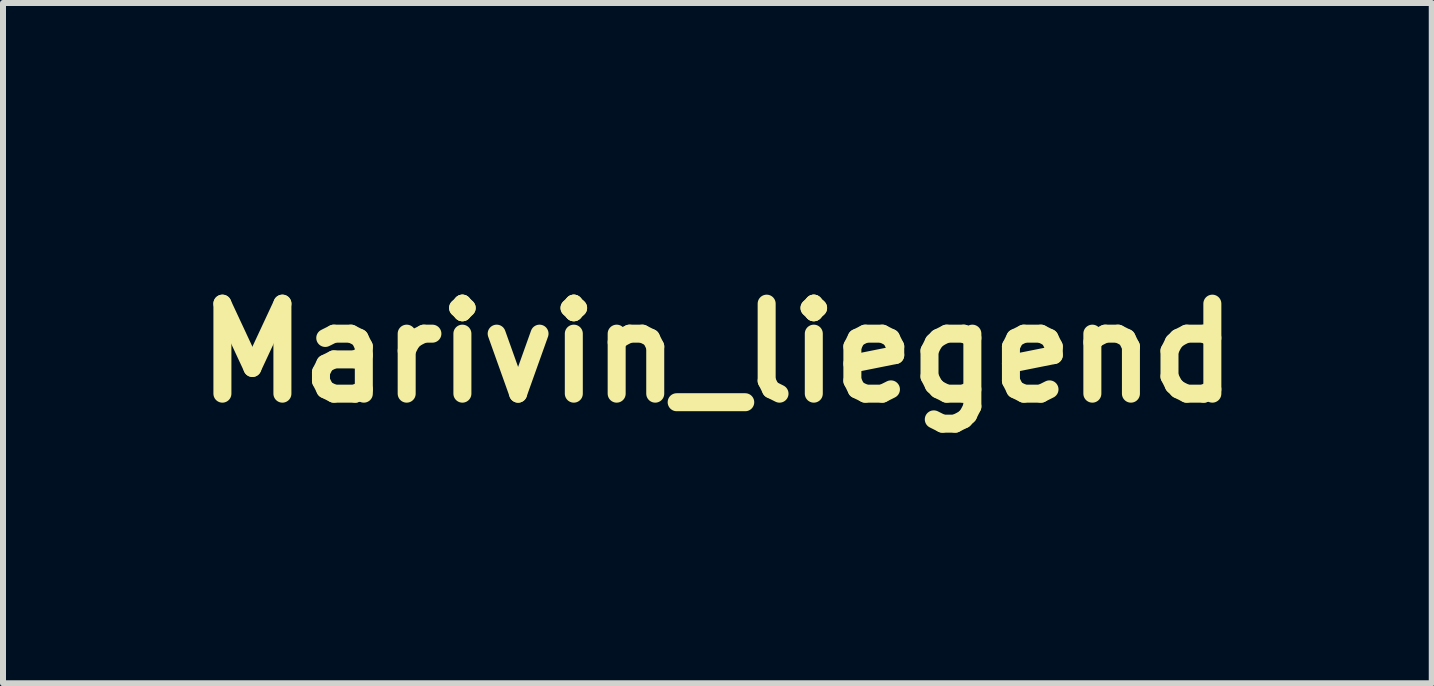
<source format=kicad_pcb>
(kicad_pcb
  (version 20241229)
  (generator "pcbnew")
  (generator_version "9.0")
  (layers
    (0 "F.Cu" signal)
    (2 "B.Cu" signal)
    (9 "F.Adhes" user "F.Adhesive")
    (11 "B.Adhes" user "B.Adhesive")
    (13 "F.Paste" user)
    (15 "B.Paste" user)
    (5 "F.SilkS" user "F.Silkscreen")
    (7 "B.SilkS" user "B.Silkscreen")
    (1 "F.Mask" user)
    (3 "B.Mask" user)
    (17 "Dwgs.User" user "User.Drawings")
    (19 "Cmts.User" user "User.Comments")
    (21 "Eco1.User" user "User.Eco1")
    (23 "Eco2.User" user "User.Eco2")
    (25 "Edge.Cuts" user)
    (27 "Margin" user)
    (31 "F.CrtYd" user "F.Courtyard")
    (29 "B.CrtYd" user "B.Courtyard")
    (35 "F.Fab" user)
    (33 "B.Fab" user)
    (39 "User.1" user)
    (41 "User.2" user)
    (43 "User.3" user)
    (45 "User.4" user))
  (footprint "Marivin_liegend"
    (layer "F.Cu")
    (at 8.907 2.833)
    (property "Reference" "Marivin_liegend" (at 0 0 0) (layer "F.SilkS") (effects (font (size 1.5 1.5) (thickness 0.3))))
    (attr board_only exclude_from_pos_files exclude_from_bom)
    (fp_poly (pts (xy 1.384 0.478) (xy 1.449 0.494) (xy 1.5 0.509) (xy 1.579 0.529) (xy 1.677 0.553) (xy 1.783 0.579) (xy 1.833 0.591) (xy 2.009 0.632) (xy 2.15 0.668) (xy 2.258 0.698) (xy 2.335 0.723) (xy 2.383 0.744) (xy 2.403 0.762) (xy 2.403 0.766) (xy 2.397 0.788) (xy 2.374 0.795) (xy 2.327 0.789) (xy 2.273 0.775) (xy 2.224 0.762) (xy 2.147 0.743) (xy 2.049 0.72) (xy 1.938 0.695) (xy 1.833 0.671) (xy 1.672 0.633) (xy 1.534 0.598) (xy 1.421 0.565) (xy 1.336 0.536) (xy 1.283 0.512) (xy 1.263 0.494) (xy 1.263 0.493) (xy 1.279 0.476) (xy 1.322 0.471)) (stroke (width 0) (type solid)) (fill yes) (layer "In1.Cu"))
    (fp_poly (pts (xy 1.648 -0.25) (xy 1.722 -0.214) (xy 1.812 -0.162) (xy 1.913 -0.098) (xy 2.022 -0.023) (xy 2.135 0.059) (xy 2.248 0.145) (xy 2.356 0.233) (xy 2.455 0.319) (xy 2.541 0.401) (xy 2.563 0.424) (xy 2.63 0.497) (xy 2.706 0.585) (xy 2.786 0.683) (xy 2.867 0.787) (xy 2.945 0.891) (xy 3.018 0.99) (xy 3.082 1.081) (xy 3.132 1.157) (xy 3.166 1.215) (xy 3.18 1.25) (xy 3.18 1.252) (xy 3.164 1.269) (xy 3.146 1.272) (xy 3.12 1.256) (xy 3.077 1.21) (xy 3.02 1.136) (xy 2.973 1.072) (xy 2.79 0.82) (xy 2.614 0.602) (xy 2.443 0.415) (xy 2.273 0.255) (xy 2.216 0.208) (xy 2.162 0.166) (xy 2.09 0.114) (xy 2.008 0.057) (xy 1.92 -0.002) (xy 1.832 -0.059) (xy 1.752 -0.11) (xy 1.684 -0.151) (xy 1.635 -0.178) (xy 1.612 -0.187) (xy 1.583 -0.201) (xy 1.563 -0.23) (xy 1.562 -0.259) (xy 1.566 -0.264) (xy 1.595 -0.268)) (stroke (width 0) (type solid)) (fill yes) (layer "In1.Cu"))
    (fp_poly (pts (xy 2.377 -2.828) (xy 2.603 -2.8) (xy 2.841 -2.747) (xy 3.011 -2.699) (xy 3.169 -2.647) (xy 3.304 -2.593) (xy 3.427 -2.532) (xy 3.546 -2.458) (xy 3.674 -2.365) (xy 3.77 -2.29) (xy 3.93 -2.143) (xy 4.084 -1.964) (xy 4.227 -1.761) (xy 4.355 -1.54) (xy 4.373 -1.505) (xy 4.412 -1.416) (xy 4.454 -1.301) (xy 4.496 -1.17) (xy 4.535 -1.033) (xy 4.569 -0.901) (xy 4.591 -0.79) (xy 4.617 -0.555) (xy 4.615 -0.308) (xy 4.587 -0.059) (xy 4.534 0.178) (xy 4.517 0.234) (xy 4.439 0.438) (xy 4.334 0.649) (xy 4.21 0.858) (xy 4.073 1.054) (xy 3.928 1.228) (xy 3.855 1.303) (xy 3.819 1.34) (xy 3.8 1.366) (xy 3.799 1.371) (xy 3.876 1.418) (xy 3.943 1.439) (xy 3.956 1.44) (xy 4.005 1.454) (xy 4.048 1.487) (xy 4.089 1.519) (xy 4.128 1.534) (xy 4.13 1.534) (xy 4.176 1.55) (xy 4.213 1.594) (xy 4.237 1.655) (xy 4.248 1.724) (xy 4.241 1.79) (xy 4.215 1.844) (xy 4.207 1.853) (xy 4.165 1.88) (xy 4.128 1.887) (xy 4.08 1.892) (xy 4.034 1.905) (xy 3.979 1.92) (xy 3.915 1.926) (xy 3.908 1.927) (xy 3.862 1.93) (xy 3.836 1.939) (xy 3.834 1.943) (xy 3.818 1.964) (xy 3.776 1.983) (xy 3.721 1.996) (xy 3.666 2) (xy 3.665 2) (xy 3.604 2.003) (xy 3.551 2.016) (xy 3.512 2.027) (xy 3.491 2.025) (xy 3.468 2.021) (xy 3.417 2.018) (xy 3.349 2.017) (xy 3.323 2.017) (xy 3.23 2.016) (xy 3.166 2.004) (xy 3.127 1.977) (xy 3.103 1.932) (xy 3.091 1.871) (xy 3.082 1.822) (xy 3.068 1.804) (xy 3.051 1.806) (xy 2.966 1.837) (xy 2.857 1.869) (xy 2.737 1.899) (xy 2.643 1.919) (xy 2.486 1.938) (xy 2.311 1.94) (xy 2.113 1.924) (xy 1.887 1.891) (xy 1.874 1.888) (xy 1.769 1.87) (xy 1.696 1.861) (xy 1.649 1.86) (xy 1.625 1.866) (xy 1.622 1.868) (xy 1.611 1.894) (xy 1.624 1.912) (xy 1.643 1.953) (xy 1.634 2.001) (xy 1.604 2.047) (xy 1.557 2.081) (xy 1.499 2.095) (xy 1.497 2.095) (xy 1.456 2.1) (xy 1.441 2.121) (xy 1.44 2.133) (xy 1.433 2.19) (xy 1.406 2.224) (xy 1.354 2.241) (xy 1.289 2.244) (xy 1.226 2.246) (xy 1.19 2.252) (xy 1.169 2.269) (xy 1.153 2.301) (xy 1.15 2.308) (xy 1.131 2.346) (xy 1.108 2.371) (xy 1.072 2.385) (xy 1.015 2.392) (xy 0.931 2.394) (xy 0.91 2.394) (xy 0.826 2.396) (xy 0.764 2.405) (xy 0.708 2.422) (xy 0.647 2.45) (xy 0.593 2.476) (xy 0.548 2.493) (xy 0.498 2.501) (xy 0.434 2.504) (xy 0.348 2.504) (xy 0.255 2.502) (xy 0.165 2.496) (xy 0.091 2.49) (xy 0.065 2.486) (xy -0.015 2.469) (xy -0.121 2.441) (xy -0.244 2.405) (xy -0.375 2.365) (xy -0.505 2.322) (xy -0.626 2.279) (xy -0.729 2.24) (xy -0.805 2.207) (xy -0.812 2.204) (xy -0.993 2.1) (xy -1.151 1.983) (xy -1.281 1.857) (xy -1.379 1.725) (xy -1.404 1.68) (xy -1.431 1.633) (xy -1.437 1.626) (xy -1.348 1.626) (xy -1.317 1.686) (xy -1.291 1.725) (xy -1.245 1.78) (xy -1.187 1.844) (xy -1.153 1.878) (xy -1.029 1.987) (xy -0.888 2.081) (xy -0.724 2.165) (xy -0.534 2.239) (xy -0.311 2.308) (xy -0.298 2.311) (xy -0.13 2.353) (xy 0.033 2.386) (xy 0.185 2.41) (xy 0.319 2.425) (xy 0.433 2.429) (xy 0.518 2.422) (xy 0.553 2.412) (xy 0.603 2.393) (xy 0.552 2.346) (xy 0.524 2.317) (xy 0.51 2.289) (xy 0.507 2.25) (xy 0.513 2.187) (xy 0.513 2.182) (xy 0.534 2.071) (xy 0.571 1.941) (xy 0.621 1.803) (xy 0.678 1.67) (xy 0.739 1.551) (xy 0.785 1.479) (xy 0.812 1.426) (xy 0.81 1.378) (xy 0.777 1.326) (xy 0.749 1.297) (xy 0.676 1.235) (xy 0.588 1.18) (xy 0.482 1.131) (xy 0.355 1.086) (xy 0.201 1.044) (xy 0.018 1.004) (xy -0.198 0.964) (xy -0.215 0.961) (xy -0.413 0.942) (xy -0.601 0.956) (xy -0.763 0.994) (xy -0.844 1.023) (xy -0.918 1.057) (xy -0.979 1.092) (xy -1.018 1.123) (xy -1.029 1.142) (xy -1.039 1.185) (xy -1.067 1.249) (xy -1.107 1.324) (xy -1.154 1.402) (xy -1.203 1.473) (xy -1.247 1.528) (xy -1.257 1.537) (xy -1.348 1.626) (xy -1.437 1.626) (xy -1.455 1.602) (xy -1.46 1.598) (xy -1.486 1.601) (xy -1.529 1.623) (xy -1.563 1.645) (xy -1.698 1.726) (xy -1.866 1.801) (xy -2.061 1.866) (xy -2.071 1.869) (xy -2.188 1.902) (xy -2.276 1.924) (xy -2.341 1.936) (xy -2.389 1.938) (xy -2.427 1.931) (xy -2.461 1.916) (xy -2.488 1.898) (xy -2.56 1.848) (xy -2.66 1.882) (xy -2.769 1.907) (xy -2.891 1.915) (xy -3.01 1.907) (xy -3.11 1.882) (xy -3.19 1.861) (xy -3.253 1.869) (xy -3.305 1.908) (xy -3.333 1.945) (xy -3.4 2.013) (xy -3.492 2.062) (xy -3.603 2.088) (xy -3.725 2.092) (xy -3.852 2.07) (xy -3.864 2.067) (xy -3.973 2.036) (xy -4.011 2.089) (xy -4.1 2.19) (xy -4.199 2.267) (xy -4.304 2.317) (xy -4.406 2.335) (xy -4.435 2.334) (xy -4.509 2.318) (xy -4.569 2.282) (xy -4.619 2.224) (xy -4.66 2.139) (xy -4.697 2.021) (xy -4.713 1.959) (xy -4.731 1.866) (xy -4.749 1.745) (xy -4.767 1.606) (xy -4.782 1.458) (xy -4.789 1.375) (xy -4.709 1.375) (xy -4.708 1.427) (xy -4.702 1.501) (xy -4.694 1.589) (xy -4.683 1.683) (xy -4.671 1.776) (xy -4.659 1.86) (xy -4.646 1.927) (xy -4.645 1.933) (xy -4.616 2.043) (xy -4.582 2.135) (xy -4.548 2.203) (xy -4.514 2.242) (xy -4.512 2.243) (xy -4.457 2.259) (xy -4.387 2.261) (xy -4.319 2.249) (xy -4.283 2.232) (xy -4.181 2.15) (xy -4.104 2.057) (xy -4.073 2.001) (xy -4.053 1.951) (xy -4.051 1.946) (xy -3.947 1.946) (xy -3.942 1.964) (xy -3.942 1.964) (xy -3.923 1.97) (xy -3.882 1.985) (xy -3.862 1.991) (xy -3.781 2.011) (xy -3.686 2.018) (xy -3.594 2.013) (xy -3.52 1.997) (xy -3.511 1.993) (xy -3.451 1.965) (xy -3.42 1.941) (xy -3.415 1.91) (xy -3.433 1.863) (xy -3.452 1.823) (xy -3.494 1.712) (xy -3.511 1.616) (xy -3.163 1.616) (xy -3.151 1.692) (xy -3.134 1.759) (xy -3.108 1.8) (xy -3.062 1.826) (xy -3.042 1.833) (xy -2.983 1.842) (xy -2.904 1.844) (xy -2.817 1.84) (xy -2.739 1.829) (xy -2.69 1.817) (xy -2.64 1.797) (xy -2.723 1.671) (xy -2.761 1.61) (xy -2.791 1.559) (xy -2.805 1.529) (xy -2.806 1.525) (xy -2.815 1.493) (xy -2.823 1.479) (xy -2.839 1.467) (xy -2.864 1.476) (xy -2.905 1.51) (xy -2.965 1.55) (xy -3.039 1.583) (xy -3.067 1.591) (xy -3.163 1.616) (xy -3.511 1.616) (xy -3.513 1.607) (xy -3.52 1.544) (xy -3.532 1.507) (xy -3.553 1.486) (xy -3.566 1.48) (xy -3.605 1.465) (xy -3.638 1.463) (xy -3.675 1.477) (xy -3.725 1.511) (xy -3.77 1.545) (xy -3.829 1.592) (xy -3.865 1.631) (xy -3.889 1.673) (xy -3.907 1.733) (xy -3.913 1.755) (xy -3.932 1.834) (xy -3.943 1.9) (xy -3.947 1.946) (xy -4.051 1.946) (xy -4.029 1.886) (xy -4.004 1.816) (xy -3.983 1.751) (xy -3.969 1.703) (xy -3.965 1.683) (xy -3.982 1.678) (xy -4.027 1.674) (xy -4.087 1.672) (xy -4.134 1.671) (xy -4.172 1.667) (xy -4.208 1.657) (xy -4.25 1.637) (xy -4.303 1.606) (xy -4.375 1.559) (xy -4.453 1.506) (xy -4.536 1.451) (xy -4.609 1.405) (xy -4.665 1.371) (xy -4.699 1.354) (xy -4.706 1.352) (xy -4.709 1.375) (xy -4.789 1.375) (xy -4.795 1.312) (xy -4.803 1.178) (xy -4.807 1.064) (xy -4.807 1.049) (xy -4.807 1.043) (xy -4.676 1.043) (xy -4.663 1.064) (xy -4.633 1.097) (xy -4.627 1.102) (xy -4.595 1.145) (xy -4.588 1.195) (xy -4.606 1.262) (xy -4.61 1.273) (xy -4.6 1.295) (xy -4.564 1.331) (xy -4.509 1.376) (xy -4.44 1.426) (xy -4.366 1.476) (xy -4.291 1.522) (xy -4.224 1.558) (xy -4.17 1.58) (xy -4.094 1.6) (xy -4.037 1.604) (xy -3.983 1.592) (xy -3.937 1.572) (xy -3.879 1.537) (xy -3.814 1.49) (xy -3.781 1.462) (xy -3.7 1.389) (xy -3.768 1.347) (xy -3.821 1.321) (xy -3.867 1.307) (xy -3.877 1.306) (xy -3.912 1.307) (xy -3.975 1.31) (xy -4.056 1.314) (xy -4.126 1.318) (xy -4.333 1.329) (xy -4.43 1.25) (xy -4.493 1.19) (xy -4.524 1.136) (xy -4.523 1.083) (xy -4.494 1.029) (xy -4.467 0.987) (xy -4.374 0.987) (xy -4.356 1.012) (xy -4.339 1.019) (xy -4.303 1.048) (xy -4.289 1.096) (xy -4.3 1.151) (xy -4.31 1.17) (xy -4.329 1.209) (xy -4.33 1.235) (xy -4.307 1.245) (xy -4.264 1.251) (xy -4.212 1.253) (xy -4.166 1.251) (xy -4.137 1.244) (xy -4.134 1.239) (xy -4.138 1.215) (xy -4.151 1.166) (xy -4.169 1.101) (xy -4.171 1.094) (xy -4.19 1.018) (xy -4.204 0.945) (xy -4.208 0.893) (xy -4.215 0.842) (xy -4.225 0.833) (xy -4.133 0.833) (xy -4.13 0.921) (xy -4.116 1.021) (xy -4.103 1.077) (xy -4.077 1.159) (xy -4.045 1.208) (xy -4.002 1.23) (xy -3.943 1.23) (xy -3.935 1.228) (xy -3.887 1.229) (xy -3.826 1.247) (xy -3.745 1.283) (xy -3.643 1.339) (xy -3.516 1.415) (xy -3.449 1.455) (xy -3.386 1.489) (xy -3.341 1.51) (xy -3.339 1.511) (xy -3.259 1.528) (xy -3.166 1.531) (xy -3.079 1.521) (xy -3.052 1.513) (xy -3.009 1.489) (xy -2.993 1.461) (xy -2.999 1.434) (xy -3.015 1.378) (xy -3.04 1.299) (xy -3.072 1.204) (xy -3.106 1.103) (xy -3.178 0.894) (xy -3.239 0.716) (xy -3.288 0.565) (xy -3.328 0.435) (xy -3.36 0.324) (xy -3.372 0.273) (xy -2.914 0.273) (xy -2.914 0.419) (xy -2.91 0.554) (xy -2.904 0.671) (xy -2.9 0.714) (xy -2.866 0.957) (xy -2.823 1.175) (xy -2.771 1.366) (xy -2.711 1.526) (xy -2.65 1.641) (xy -2.608 1.695) (xy -2.553 1.752) (xy -2.492 1.805) (xy -2.434 1.846) (xy -2.388 1.868) (xy -2.375 1.87) (xy -2.345 1.865) (xy -2.287 1.852) (xy -2.209 1.832) (xy -2.12 1.807) (xy -2.114 1.805) (xy -2.016 1.775) (xy -1.921 1.744) (xy -1.84 1.714) (xy -1.788 1.693) (xy -1.719 1.657) (xy -1.651 1.615) (xy -1.592 1.575) (xy -1.55 1.54) (xy -1.534 1.517) (xy -1.534 1.517) (xy -1.549 1.499) (xy -1.588 1.471) (xy -1.635 1.443) (xy -1.72 1.381) (xy -1.811 1.293) (xy -1.899 1.188) (xy -1.978 1.074) (xy -2.027 0.985) (xy -2.108 0.779) (xy -2.155 0.562) (xy -2.167 0.341) (xy -2.161 0.29) (xy -2.09 0.29) (xy -2.087 0.512) (xy -2.05 0.722) (xy -1.979 0.917) (xy -1.921 1.025) (xy -1.861 1.116) (xy -1.791 1.203) (xy -1.719 1.28) (xy -1.65 1.343) (xy -1.588 1.386) (xy -1.541 1.403) (xy -1.539 1.403) (xy -1.524 1.389) (xy -1.526 1.377) (xy -1.529 1.347) (xy -1.527 1.31) (xy -1.449 1.31) (xy -1.445 1.396) (xy -1.434 1.47) (xy -1.417 1.524) (xy -1.394 1.551) (xy -1.386 1.552) (xy -1.366 1.54) (xy -1.33 1.507) (xy -1.294 1.47) (xy -1.235 1.396) (xy -1.179 1.305) (xy -1.131 1.212) (xy -1.1 1.129) (xy -1.096 1.113) (xy -1.07 1.061) (xy -1.013 1.016) (xy -1.009 1.014) (xy -0.933 0.978) (xy -0.835 0.942) (xy -0.729 0.911) (xy -0.632 0.889) (xy -0.627 0.889) (xy -0.551 0.876) (xy -0.504 0.865) (xy -0.478 0.85) (xy -0.465 0.827) (xy -0.458 0.791) (xy -0.457 0.79) (xy -0.448 0.743) (xy -0.43 0.671) (xy -0.408 0.585) (xy -0.389 0.514) (xy -0.362 0.404) (xy -0.34 0.289) (xy -0.326 0.186) (xy -0.323 0.15) (xy -0.319 0.066) (xy -0.322 0.006) (xy -0.332 -0.042) (xy -0.352 -0.091) (xy -0.355 -0.099) (xy -0.401 -0.172) (xy -0.453 -0.217) (xy -0.455 -0.218) (xy -0.53 -0.238) (xy -0.623 -0.234) (xy -0.723 -0.208) (xy -0.823 -0.163) (xy -0.912 -0.102) (xy -0.961 -0.056) (xy -1.02 0.018) (xy -1.068 0.102) (xy -1.109 0.203) (xy -1.145 0.327) (xy -1.176 0.464) (xy -1.199 0.573) (xy -1.219 0.654) (xy -1.24 0.716) (xy -1.263 0.768) (xy -1.294 0.82) (xy -1.305 0.838) (xy -1.349 0.913) (xy -1.389 0.992) (xy -1.415 1.053) (xy -1.434 1.131) (xy -1.445 1.219) (xy -1.449 1.31) (xy -1.527 1.31) (xy -1.526 1.291) (xy -1.519 1.219) (xy -1.517 1.204) (xy -1.504 1.127) (xy -1.484 1.056) (xy -1.454 0.979) (xy -1.41 0.884) (xy -1.393 0.851) (xy -1.34 0.74) (xy -1.301 0.643) (xy -1.271 0.544) (xy -1.244 0.426) (xy -1.244 0.426) (xy -1.213 0.287) (xy -1.18 0.177) (xy -1.143 0.086) (xy -1.098 0.006) (xy -1.048 -0.065) (xy -0.965 -0.151) (xy -0.863 -0.222) (xy -0.751 -0.276) (xy -0.637 -0.307) (xy -0.531 -0.313) (xy -0.471 -0.302) (xy -0.405 -0.271) (xy -0.33 -0.216) (xy -0.255 -0.146) (xy -0.188 -0.07) (xy -0.145 -0.006) (xy -0.1 0.109) (xy -0.072 0.248) (xy -0.063 0.402) (xy -0.071 0.562) (xy -0.098 0.72) (xy -0.142 0.867) (xy -0.137 0.883) (xy -0.107 0.899) (xy -0.046 0.917) (xy -0.017 0.924) (xy 0.049 0.937) (xy 0.1 0.946) (xy 0.125 0.947) (xy 0.126 0.946) (xy 0.124 0.926) (xy 0.113 0.898) (xy 0.102 0.864) (xy 0.107 0.818) (xy 0.122 0.766) (xy 0.137 0.718) (xy 0.143 0.683) (xy 0.138 0.646) (xy 0.121 0.598) (xy 0.095 0.534) (xy 0.09 0.521) (xy 0.164 0.521) (xy 0.246 0.676) (xy 0.343 0.828) (xy 0.473 0.978) (xy 0.631 1.12) (xy 0.72 1.188) (xy 0.793 1.245) (xy 0.848 1.299) (xy 0.877 1.34) (xy 0.893 1.371) (xy 0.913 1.389) (xy 0.949 1.399) (xy 1.008 1.406) (xy 1.029 1.407) (xy 1.141 1.426) (xy 1.226 1.465) (xy 1.28 1.522) (xy 1.291 1.545) (xy 1.311 1.576) (xy 1.346 1.588) (xy 1.379 1.59) (xy 1.512 1.598) (xy 1.617 1.621) (xy 1.69 1.657) (xy 1.731 1.708) (xy 1.739 1.75) (xy 1.744 1.777) (xy 1.766 1.793) (xy 1.813 1.804) (xy 1.828 1.806) (xy 1.899 1.817) (xy 1.982 1.833) (xy 2.029 1.843) (xy 2.129 1.857) (xy 2.251 1.866) (xy 2.382 1.867) (xy 2.51 1.863) (xy 2.621 1.851) (xy 2.675 1.842) (xy 2.762 1.82) (xy 2.848 1.795) (xy 2.925 1.77) (xy 2.986 1.748) (xy 3.022 1.731) (xy 3.03 1.723) (xy 3.013 1.715) (xy 2.968 1.703) (xy 2.903 1.69) (xy 2.886 1.688) (xy 2.801 1.67) (xy 2.739 1.65) (xy 2.704 1.63) (xy 2.7 1.61) (xy 2.719 1.597) (xy 2.751 1.596) (xy 2.808 1.602) (xy 2.88 1.613) (xy 2.955 1.628) (xy 3.023 1.644) (xy 3.073 1.66) (xy 3.086 1.666) (xy 3.101 1.68) (xy 3.091 1.683) (xy 3.069 1.695) (xy 3.067 1.703) (xy 3.082 1.707) (xy 3.117 1.696) (xy 3.128 1.69) (xy 3.189 1.658) (xy 3.132 1.635) (xy 3.076 1.617) (xy 2.998 1.597) (xy 2.909 1.578) (xy 2.824 1.563) (xy 2.755 1.554) (xy 2.732 1.552) (xy 2.692 1.551) (xy 2.675 1.548) (xy 2.675 1.548) (xy 2.68 1.529) (xy 2.695 1.482) (xy 2.717 1.414) (xy 2.74 1.339) (xy 2.767 1.253) (xy 2.788 1.177) (xy 2.802 1.12) (xy 2.806 1.093) (xy 2.794 1.06) (xy 2.763 1.007) (xy 2.716 0.942) (xy 2.684 0.9) (xy 2.628 0.832) (xy 2.586 0.787) (xy 2.549 0.757) (xy 2.508 0.736) (xy 2.454 0.718) (xy 2.427 0.71) (xy 2.358 0.69) (xy 2.265 0.663) (xy 2.158 0.631) (xy 2.048 0.599) (xy 2.02 0.59) (xy 1.845 0.539) (xy 1.688 0.495) (xy 1.551 0.457) (xy 1.439 0.429) (xy 1.355 0.41) (xy 1.312 0.403) (xy 1.268 0.396) (xy 1.244 0.39) (xy 1.243 0.389) (xy 1.244 0.369) (xy 1.251 0.323) (xy 1.263 0.262) (xy 1.276 0.182) (xy 1.285 0.085) (xy 1.29 -0.011) (xy 1.29 -0.023) (xy 1.291 -0.186) (xy 1.192 -0.236) (xy 1.136 -0.263) (xy 1.066 -0.295) (xy 0.991 -0.327) (xy 0.92 -0.357) (xy 0.863 -0.379) (xy 0.827 -0.392) (xy 0.821 -0.393) (xy 0.808 -0.377) (xy 0.783 -0.337) (xy 0.751 -0.281) (xy 0.749 -0.277) (xy 0.661 -0.124) (xy 0.553 0.041) (xy 0.433 0.206) (xy 0.309 0.361) (xy 0.22 0.461) (xy 0.164 0.521) (xy 0.09 0.521) (xy 0.052 0.417) (xy 0.008 0.272) (xy -0.035 0.109) (xy -0.073 -0.061) (xy -0.105 -0.229) (xy -0.105 -0.229) (xy -0.139 -0.43) (xy -0.196 -0.43) (xy -0.251 -0.429) (xy -0.336 -0.424) (xy -0.446 -0.417) (xy -0.575 -0.409) (xy -0.719 -0.398) (xy -0.87 -0.387) (xy -1.025 -0.374) (xy -1.178 -0.362) (xy -1.324 -0.349) (xy -1.457 -0.337) (xy -1.572 -0.327) (xy -1.663 -0.317) (xy -1.726 -0.31) (xy -1.748 -0.306) (xy -1.829 -0.282) (xy -1.905 -0.249) (xy -1.964 -0.21) (xy -1.99 -0.184) (xy -2.005 -0.148) (xy -2.024 -0.085) (xy -2.045 -0.005) (xy -2.058 0.056) (xy -2.09 0.29) (xy -2.161 0.29) (xy -2.144 0.122) (xy -2.143 0.118) (xy -2.12 0.002) (xy -2.101 -0.085) (xy -2.082 -0.149) (xy -2.062 -0.197) (xy -2.037 -0.238) (xy -2.004 -0.277) (xy -1.96 -0.322) (xy -1.959 -0.323) (xy -1.869 -0.402) (xy -1.777 -0.46) (xy -1.677 -0.498) (xy -1.564 -0.516) (xy -1.434 -0.516) (xy -1.28 -0.497) (xy -1.099 -0.461) (xy -1.08 -0.456) (xy -1.038 -0.45) (xy -1.027 -0.456) (xy -1.046 -0.473) (xy -1.092 -0.5) (xy -1.163 -0.533) (xy -1.198 -0.548) (xy -1.396 -0.617) (xy -1.619 -0.669) (xy -1.856 -0.703) (xy -2.098 -0.717) (xy -2.335 -0.711) (xy -2.432 -0.702) (xy -2.567 -0.684) (xy -2.669 -0.664) (xy -2.742 -0.64) (xy -2.791 -0.61) (xy -2.821 -0.572) (xy -2.835 -0.528) (xy -2.846 -0.472) (xy -2.861 -0.397) (xy -2.874 -0.337) (xy -2.887 -0.257) (xy -2.898 -0.149) (xy -2.906 -0.019) (xy -2.911 0.125) (xy -2.914 0.273) (xy -3.372 0.273) (xy -3.384 0.226) (xy -3.402 0.137) (xy -3.414 0.053) (xy -3.422 -0.03) (xy -3.427 -0.118) (xy -3.429 -0.205) (xy -3.433 -0.306) (xy -3.44 -0.385) (xy -3.448 -0.435) (xy -3.455 -0.451) (xy -3.494 -0.465) (xy -3.551 -0.446) (xy -3.625 -0.395) (xy -3.672 -0.355) (xy -3.775 -0.25) (xy -3.854 -0.14) (xy -3.914 -0.019) (xy -3.957 0.122) (xy -3.987 0.289) (xy -3.994 0.349) (xy -4.011 0.482) (xy -4.031 0.583) (xy -4.054 0.656) (xy -4.082 0.706) (xy -4.103 0.727) (xy -4.124 0.766) (xy -4.133 0.833) (xy -4.225 0.833) (xy -4.235 0.825) (xy -4.27 0.841) (xy -4.319 0.889) (xy -4.362 0.947) (xy -4.374 0.987) (xy -4.467 0.987) (xy -4.464 0.983) (xy -4.431 0.924) (xy -4.422 0.908) (xy -4.383 0.851) (xy -4.335 0.804) (xy -4.322 0.795) (xy -4.269 0.759) (xy -4.213 0.716) (xy -4.164 0.672) (xy -4.128 0.636) (xy -4.115 0.615) (xy -4.129 0.607) (xy -4.167 0.62) (xy -4.224 0.65) (xy -4.296 0.695) (xy -4.376 0.752) (xy -4.391 0.763) (xy -4.466 0.824) (xy -4.538 0.887) (xy -4.6 0.946) (xy -4.647 0.997) (xy -4.673 1.033) (xy -4.676 1.043) (xy -4.807 1.043) (xy -4.803 0.937) (xy -4.803 0.933) (xy -4.731 0.933) (xy -4.722 0.949) (xy -4.701 0.94) (xy -4.668 0.911) (xy -4.634 0.878) (xy -4.567 0.815) (xy -4.492 0.75) (xy -4.438 0.706) (xy -4.389 0.666) (xy -4.357 0.634) (xy -4.349 0.617) (xy -4.369 0.601) (xy -4.413 0.573) (xy -4.472 0.538) (xy -4.482 0.533) (xy -4.545 0.498) (xy -4.584 0.48) (xy -4.609 0.477) (xy -4.627 0.486) (xy -4.64 0.498) (xy -4.664 0.542) (xy -4.687 0.623) (xy -4.703 0.711) (xy -4.72 0.817) (xy -4.73 0.89) (xy -4.731 0.933) (xy -4.803 0.933) (xy -4.793 0.82) (xy -4.778 0.706) (xy -4.76 0.605) (xy -4.739 0.527) (xy -4.725 0.491) (xy -4.692 0.438) (xy -4.654 0.408) (xy -4.608 0.402) (xy -4.546 0.418) (xy -4.465 0.458) (xy -4.39 0.501) (xy -4.266 0.577) (xy -4.177 0.545) (xy -4.088 0.513) (xy -4.065 0.32) (xy -4.043 0.172) (xy -4.016 0.051) (xy -3.978 -0.053) (xy -3.928 -0.152) (xy -3.887 -0.217) (xy -3.797 -0.337) (xy -3.705 -0.432) (xy -3.617 -0.498) (xy -3.58 -0.516) (xy -3.511 -0.538) (xy -3.46 -0.536) (xy -3.416 -0.508) (xy -3.405 -0.496) (xy -3.368 -0.466) (xy -3.338 -0.464) (xy -3.328 -0.468) (xy -3.275 -0.488) (xy -3.235 -0.477) (xy -3.205 -0.434) (xy -3.189 -0.393) (xy -3.16 -0.322) (xy -3.134 -0.286) (xy -3.113 -0.286) (xy -3.099 -0.32) (xy -3.096 -0.387) (xy -3.099 -0.439) (xy -3.103 -0.507) (xy -3.098 -0.551) (xy -3.081 -0.585) (xy -3.071 -0.599) (xy -3.033 -0.645) (xy -2.976 -0.603) (xy -2.938 -0.576) (xy -2.914 -0.562) (xy -2.911 -0.561) (xy -2.9 -0.576) (xy -2.882 -0.613) (xy -2.881 -0.616) (xy -2.845 -0.664) (xy -2.779 -0.705) (xy -2.681 -0.737) (xy -2.549 -0.763) (xy -2.442 -0.776) (xy -2.331 -0.785) (xy -2.211 -0.791) (xy -2.1 -0.793) (xy -2.039 -0.792) (xy -1.926 -0.783) (xy -1.796 -0.768) (xy -1.662 -0.749) (xy -1.532 -0.726) (xy -1.419 -0.702) (xy -1.337 -0.679) (xy -1.262 -0.652) (xy -1.177 -0.618) (xy -1.092 -0.58) (xy -1.016 -0.543) (xy -0.958 -0.511) (xy -0.931 -0.492) (xy -0.922 -0.484) (xy -0.913 -0.478) (xy -0.899 -0.473) (xy -0.876 -0.47) (xy -0.842 -0.469) (xy -0.791 -0.47) (xy -0.719 -0.473) (xy -0.624 -0.478) (xy -0.501 -0.484) (xy -0.346 -0.493) (xy -0.271 -0.497) (xy -0.21 -0.501) (xy -0.165 -0.503) (xy -0.148 -0.504) (xy -0.143 -0.519) (xy -0.054 -0.519) (xy -0.053 -0.426) (xy -0.048 -0.344) (xy -0.037 -0.26) (xy -0.02 -0.16) (xy -0.01 -0.112) (xy 0.013 0.002) (xy 0.039 0.115) (xy 0.065 0.221) (xy 0.089 0.311) (xy 0.109 0.378) (xy 0.125 0.416) (xy 0.125 0.417) (xy 0.136 0.423) (xy 0.156 0.412) (xy 0.188 0.382) (xy 0.235 0.329) (xy 0.302 0.25) (xy 0.307 0.245) (xy 0.399 0.128) (xy 0.492 -0.002) (xy 0.58 -0.135) (xy 0.657 -0.264) (xy 0.719 -0.378) (xy 0.746 -0.438) (xy 0.764 -0.484) (xy 0.843 -0.484) (xy 0.912 -0.455) (xy 1.065 -0.39) (xy 1.227 -0.317) (xy 1.391 -0.239) (xy 1.55 -0.16) (xy 1.698 -0.084) (xy 1.829 -0.012) (xy 1.935 0.05) (xy 1.978 0.078) (xy 2.115 0.181) (xy 2.263 0.312) (xy 2.418 0.465) (xy 2.576 0.636) (xy 2.73 0.818) (xy 2.878 1.006) (xy 3.012 1.195) (xy 3.13 1.379) (xy 3.145 1.404) (xy 3.191 1.481) (xy 3.229 1.544) (xy 3.257 1.589) (xy 3.27 1.607) (xy 3.27 1.608) (xy 3.289 1.6) (xy 3.331 1.581) (xy 3.373 1.56) (xy 3.45 1.516) (xy 3.543 1.454) (xy 3.642 1.383) (xy 3.737 1.309) (xy 3.817 1.239) (xy 3.866 1.192) (xy 3.911 1.139) (xy 3.968 1.069) (xy 4.026 0.994) (xy 4.042 0.973) (xy 4.215 0.713) (xy 4.353 0.451) (xy 4.455 0.188) (xy 4.521 -0.075) (xy 4.551 -0.336) (xy 4.545 -0.583) (xy 4.498 -0.893) (xy 4.417 -1.187) (xy 4.303 -1.467) (xy 4.153 -1.733) (xy 4.099 -1.814) (xy 4.01 -1.938) (xy 3.93 -2.038) (xy 3.848 -2.124) (xy 3.755 -2.207) (xy 3.643 -2.297) (xy 3.642 -2.298) (xy 3.434 -2.437) (xy 3.209 -2.552) (xy 2.962 -2.642) (xy 2.689 -2.711) (xy 2.637 -2.721) (xy 2.352 -2.756) (xy 2.061 -2.756) (xy 1.771 -2.721) (xy 1.599 -2.684) (xy 1.498 -2.651) (xy 1.378 -2.601) (xy 1.25 -2.54) (xy 1.123 -2.473) (xy 1.01 -2.405) (xy 0.92 -2.342) (xy 0.911 -2.334) (xy 0.858 -2.291) (xy 0.906 -2.143) (xy 0.937 -2.032) (xy 0.961 -1.911) (xy 0.977 -1.773) (xy 0.987 -1.613) (xy 0.991 -1.425) (xy 0.991 -1.368) (xy 0.985 -1.147) (xy 0.966 -0.952) (xy 0.933 -0.774) (xy 0.884 -0.604) (xy 0.88 -0.593) (xy 0.843 -0.484) (xy 0.764 -0.484) (xy 0.778 -0.522) (xy 0.813 -0.626) (xy 0.845 -0.731) (xy 0.857 -0.772) (xy 0.872 -0.834) (xy 0.885 -0.888) (xy 0.893 -0.94) (xy 0.9 -0.997) (xy 0.904 -1.065) (xy 0.906 -1.151) (xy 0.907 -1.261) (xy 0.907 -1.401) (xy 0.907 -1.422) (xy 0.906 -1.567) (xy 0.905 -1.682) (xy 0.903 -1.771) (xy 0.899 -1.84) (xy 0.893 -1.897) (xy 0.885 -1.946) (xy 0.874 -1.994) (xy 0.863 -2.034) (xy 0.841 -2.106) (xy 0.821 -2.162) (xy 0.806 -2.195) (xy 0.802 -2.199) (xy 0.775 -2.205) (xy 0.74 -2.19) (xy 0.693 -2.153) (xy 0.631 -2.091) (xy 0.55 -2.002) (xy 0.547 -1.998) (xy 0.428 -1.859) (xy 0.332 -1.738) (xy 0.254 -1.628) (xy 0.188 -1.524) (xy 0.131 -1.417) (xy 0.12 -1.393) (xy 0.056 -1.245) (xy 0.009 -1.101) (xy -0.023 -0.951) (xy -0.042 -0.783) (xy -0.05 -0.636) (xy -0.054 -0.519) (xy -0.143 -0.519) (xy -0.142 -0.522) (xy -0.136 -0.57) (xy -0.13 -0.64) (xy -0.126 -0.715) (xy -0.095 -0.983) (xy -0.032 -1.232) (xy 0.065 -1.464) (xy 0.158 -1.626) (xy 0.21 -1.7) (xy 0.281 -1.791) (xy 0.364 -1.892) (xy 0.451 -1.995) (xy 0.537 -2.092) (xy 0.614 -2.174) (xy 0.676 -2.234) (xy 0.677 -2.235) (xy 0.869 -2.39) (xy 1.074 -2.526) (xy 1.285 -2.638) (xy 1.495 -2.723) (xy 1.683 -2.775) (xy 1.926 -2.815) (xy 2.155 -2.833)) (stroke (width 0) (type solid)) (fill yes) (layer "In1.Cu")))
  (gr_rect
    (start -3 -3)
    (end 20.814 8.338)
    (stroke (width 0.1) (type default))
    (fill no)
    (layer "Edge.Cuts")))
</source>
